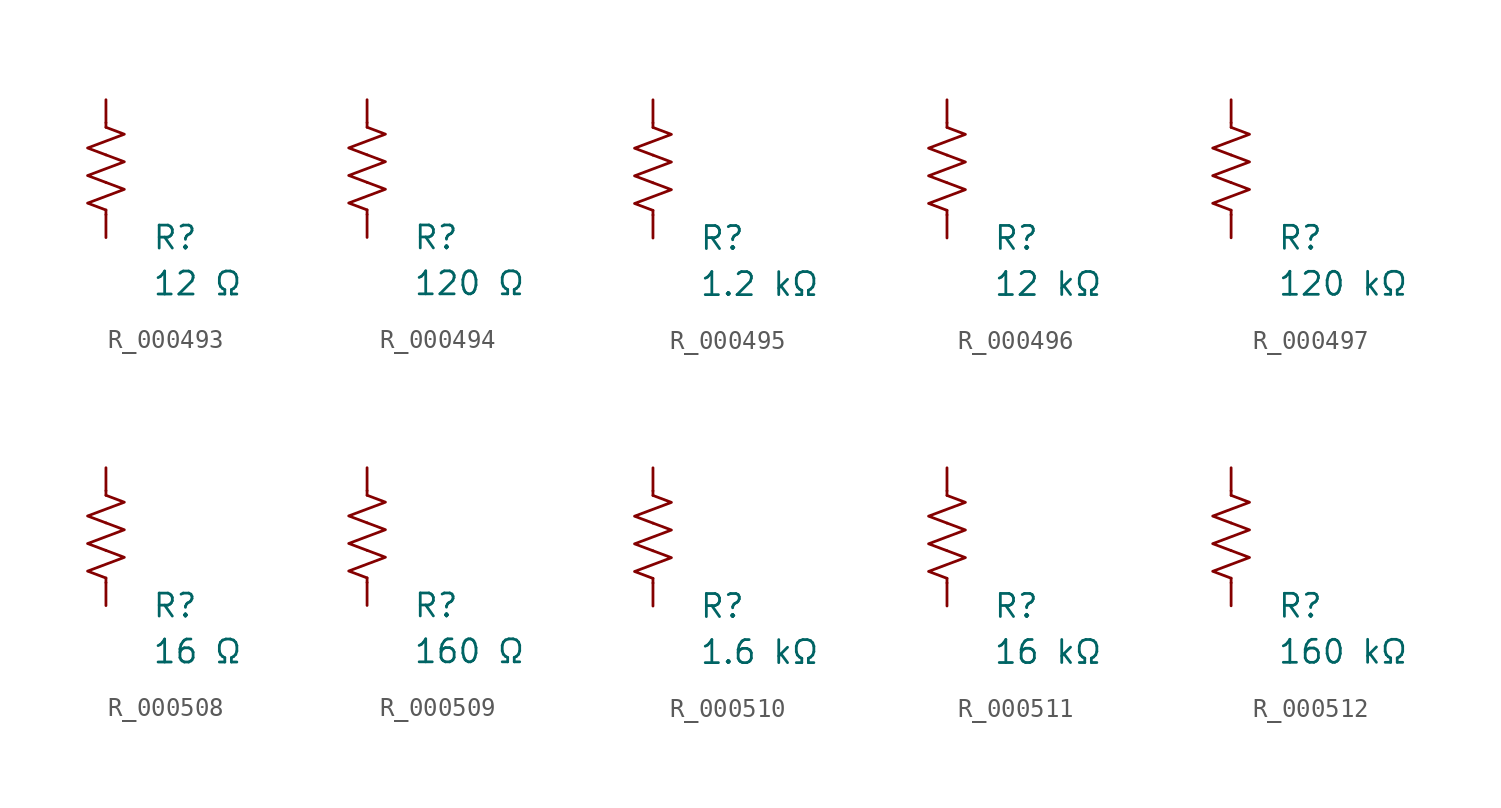
<source format=kicad_sym>
(kicad_symbol_lib
  (version 20231120)
  (generator "kicad_symbol_editor")
  (generator_version "8.0")
  (symbol "R_000493"
    (pin_numbers hide)
    (pin_names
      (offset 0))
    (property "Reference" "R"
      (at 2.54 -3.81 0)
      (effects (font (size 1.27 1.27)) (justify left))
      (show_name no))
    (property "Value" "12 Ω"
      (at 2.54 -6.35 0)
      (effects (font (size 1.27 1.27)) (justify left))
      (show_name no))
    (symbol "R_000493_0_1"
      (polyline (pts (xy 0 -2.286) (xy 0 -2.54)) (stroke (width 0) (type default)) (fill (type none)))
      (polyline (pts (xy 0 2.286) (xy 0 2.54)) (stroke (width 0) (type default)) (fill (type none)))
      (polyline (pts (xy 0 -0.762) (xy 1.016 -1.143) (xy 0 -1.524) (xy -1.016 -1.905) (xy 0 -2.286)) (stroke (width 0) (type default)) (fill (type none)))
      (polyline (pts (xy 0 0.762) (xy 1.016 0.381) (xy 0 0) (xy -1.016 -0.381) (xy 0 -0.762)) (stroke (width 0) (type default)) (fill (type none)))
      (polyline (pts (xy 0 2.286) (xy 1.016 1.905) (xy 0 1.524) (xy -1.016 1.143) (xy 0 0.762)) (stroke (width 0) (type default)) (fill (type none))))
    (symbol "R_000493_1_1"
      (pin passive line (at 0 3.81 270) (length 1.27) (name "~" (effects (font (size 1.27 1.27)))) (number "1" (effects (font (size 1.27 1.27)))))
      (pin passive line (at 0 -3.81 90) (length 1.27) (name "~" (effects (font (size 1.27 1.27)))) (number "2" (effects (font (size 1.27 1.27)))))))
  (symbol "R_000494"
    (pin_numbers hide)
    (pin_names
      (offset 0))
    (property "Reference" "R"
      (at 2.54 -3.81 0)
      (effects (font (size 1.27 1.27)) (justify left))
      (show_name no))
    (property "Value" "120 Ω"
      (at 2.54 -6.35 0)
      (effects (font (size 1.27 1.27)) (justify left))
      (show_name no))
    (symbol "R_000494_0_1"
      (polyline (pts (xy 0 -2.286) (xy 0 -2.54)) (stroke (width 0) (type default)) (fill (type none)))
      (polyline (pts (xy 0 2.286) (xy 0 2.54)) (stroke (width 0) (type default)) (fill (type none)))
      (polyline (pts (xy 0 -0.762) (xy 1.016 -1.143) (xy 0 -1.524) (xy -1.016 -1.905) (xy 0 -2.286)) (stroke (width 0) (type default)) (fill (type none)))
      (polyline (pts (xy 0 0.762) (xy 1.016 0.381) (xy 0 0) (xy -1.016 -0.381) (xy 0 -0.762)) (stroke (width 0) (type default)) (fill (type none)))
      (polyline (pts (xy 0 2.286) (xy 1.016 1.905) (xy 0 1.524) (xy -1.016 1.143) (xy 0 0.762)) (stroke (width 0) (type default)) (fill (type none))))
    (symbol "R_000494_1_1"
      (pin passive line (at 0 3.81 270) (length 1.27) (name "~" (effects (font (size 1.27 1.27)))) (number "1" (effects (font (size 1.27 1.27)))))
      (pin passive line (at 0 -3.81 90) (length 1.27) (name "~" (effects (font (size 1.27 1.27)))) (number "2" (effects (font (size 1.27 1.27)))))))
  (symbol "R_000495"
    (pin_numbers hide)
    (pin_names
      (offset 0))
    (property "Reference" "R"
      (at 2.54 -3.81 0)
      (effects (font (size 1.27 1.27)) (justify left))
      (show_name no))
    (property "Value" "1.2 kΩ"
      (at 2.54 -6.35 0)
      (effects (font (size 1.27 1.27)) (justify left))
      (show_name no))
    (symbol "R_000495_0_1"
      (polyline (pts (xy 0 -2.286) (xy 0 -2.54)) (stroke (width 0) (type default)) (fill (type none)))
      (polyline (pts (xy 0 2.286) (xy 0 2.54)) (stroke (width 0) (type default)) (fill (type none)))
      (polyline (pts (xy 0 -0.762) (xy 1.016 -1.143) (xy 0 -1.524) (xy -1.016 -1.905) (xy 0 -2.286)) (stroke (width 0) (type default)) (fill (type none)))
      (polyline (pts (xy 0 0.762) (xy 1.016 0.381) (xy 0 0) (xy -1.016 -0.381) (xy 0 -0.762)) (stroke (width 0) (type default)) (fill (type none)))
      (polyline (pts (xy 0 2.286) (xy 1.016 1.905) (xy 0 1.524) (xy -1.016 1.143) (xy 0 0.762)) (stroke (width 0) (type default)) (fill (type none))))
    (symbol "R_000495_1_1"
      (pin passive line (at 0 3.81 270) (length 1.27) (name "~" (effects (font (size 1.27 1.27)))) (number "1" (effects (font (size 1.27 1.27)))))
      (pin passive line (at 0 -3.81 90) (length 1.27) (name "~" (effects (font (size 1.27 1.27)))) (number "2" (effects (font (size 1.27 1.27)))))))
  (symbol "R_000496"
    (pin_numbers hide)
    (pin_names
      (offset 0))
    (property "Reference" "R"
      (at 2.54 -3.81 0)
      (effects (font (size 1.27 1.27)) (justify left))
      (show_name no))
    (property "Value" "12 kΩ"
      (at 2.54 -6.35 0)
      (effects (font (size 1.27 1.27)) (justify left))
      (show_name no))
    (symbol "R_000496_0_1"
      (polyline (pts (xy 0 -2.286) (xy 0 -2.54)) (stroke (width 0) (type default)) (fill (type none)))
      (polyline (pts (xy 0 2.286) (xy 0 2.54)) (stroke (width 0) (type default)) (fill (type none)))
      (polyline (pts (xy 0 -0.762) (xy 1.016 -1.143) (xy 0 -1.524) (xy -1.016 -1.905) (xy 0 -2.286)) (stroke (width 0) (type default)) (fill (type none)))
      (polyline (pts (xy 0 0.762) (xy 1.016 0.381) (xy 0 0) (xy -1.016 -0.381) (xy 0 -0.762)) (stroke (width 0) (type default)) (fill (type none)))
      (polyline (pts (xy 0 2.286) (xy 1.016 1.905) (xy 0 1.524) (xy -1.016 1.143) (xy 0 0.762)) (stroke (width 0) (type default)) (fill (type none))))
    (symbol "R_000496_1_1"
      (pin passive line (at 0 3.81 270) (length 1.27) (name "~" (effects (font (size 1.27 1.27)))) (number "1" (effects (font (size 1.27 1.27)))))
      (pin passive line (at 0 -3.81 90) (length 1.27) (name "~" (effects (font (size 1.27 1.27)))) (number "2" (effects (font (size 1.27 1.27)))))))
  (symbol "R_000497"
    (pin_numbers hide)
    (pin_names
      (offset 0))
    (property "Reference" "R"
      (at 2.54 -3.81 0)
      (effects (font (size 1.27 1.27)) (justify left))
      (show_name no))
    (property "Value" "120 kΩ"
      (at 2.54 -6.35 0)
      (effects (font (size 1.27 1.27)) (justify left))
      (show_name no))
    (symbol "R_000497_0_1"
      (polyline (pts (xy 0 -2.286) (xy 0 -2.54)) (stroke (width 0) (type default)) (fill (type none)))
      (polyline (pts (xy 0 2.286) (xy 0 2.54)) (stroke (width 0) (type default)) (fill (type none)))
      (polyline (pts (xy 0 -0.762) (xy 1.016 -1.143) (xy 0 -1.524) (xy -1.016 -1.905) (xy 0 -2.286)) (stroke (width 0) (type default)) (fill (type none)))
      (polyline (pts (xy 0 0.762) (xy 1.016 0.381) (xy 0 0) (xy -1.016 -0.381) (xy 0 -0.762)) (stroke (width 0) (type default)) (fill (type none)))
      (polyline (pts (xy 0 2.286) (xy 1.016 1.905) (xy 0 1.524) (xy -1.016 1.143) (xy 0 0.762)) (stroke (width 0) (type default)) (fill (type none))))
    (symbol "R_000497_1_1"
      (pin passive line (at 0 3.81 270) (length 1.27) (name "~" (effects (font (size 1.27 1.27)))) (number "1" (effects (font (size 1.27 1.27)))))
      (pin passive line (at 0 -3.81 90) (length 1.27) (name "~" (effects (font (size 1.27 1.27)))) (number "2" (effects (font (size 1.27 1.27)))))))
  (symbol "R_000508"
    (pin_numbers hide)
    (pin_names
      (offset 0))
    (property "Reference" "R"
      (at 2.54 -3.81 0)
      (effects (font (size 1.27 1.27)) (justify left))
      (show_name no))
    (property "Value" "16 Ω"
      (at 2.54 -6.35 0)
      (effects (font (size 1.27 1.27)) (justify left))
      (show_name no))
    (symbol "R_000508_0_1"
      (polyline (pts (xy 0 -2.286) (xy 0 -2.54)) (stroke (width 0) (type default)) (fill (type none)))
      (polyline (pts (xy 0 2.286) (xy 0 2.54)) (stroke (width 0) (type default)) (fill (type none)))
      (polyline (pts (xy 0 -0.762) (xy 1.016 -1.143) (xy 0 -1.524) (xy -1.016 -1.905) (xy 0 -2.286)) (stroke (width 0) (type default)) (fill (type none)))
      (polyline (pts (xy 0 0.762) (xy 1.016 0.381) (xy 0 0) (xy -1.016 -0.381) (xy 0 -0.762)) (stroke (width 0) (type default)) (fill (type none)))
      (polyline (pts (xy 0 2.286) (xy 1.016 1.905) (xy 0 1.524) (xy -1.016 1.143) (xy 0 0.762)) (stroke (width 0) (type default)) (fill (type none))))
    (symbol "R_000508_1_1"
      (pin passive line (at 0 3.81 270) (length 1.27) (name "~" (effects (font (size 1.27 1.27)))) (number "1" (effects (font (size 1.27 1.27)))))
      (pin passive line (at 0 -3.81 90) (length 1.27) (name "~" (effects (font (size 1.27 1.27)))) (number "2" (effects (font (size 1.27 1.27)))))))
  (symbol "R_000509"
    (pin_numbers hide)
    (pin_names
      (offset 0))
    (property "Reference" "R"
      (at 2.54 -3.81 0)
      (effects (font (size 1.27 1.27)) (justify left))
      (show_name no))
    (property "Value" "160 Ω"
      (at 2.54 -6.35 0)
      (effects (font (size 1.27 1.27)) (justify left))
      (show_name no))
    (symbol "R_000509_0_1"
      (polyline (pts (xy 0 -2.286) (xy 0 -2.54)) (stroke (width 0) (type default)) (fill (type none)))
      (polyline (pts (xy 0 2.286) (xy 0 2.54)) (stroke (width 0) (type default)) (fill (type none)))
      (polyline (pts (xy 0 -0.762) (xy 1.016 -1.143) (xy 0 -1.524) (xy -1.016 -1.905) (xy 0 -2.286)) (stroke (width 0) (type default)) (fill (type none)))
      (polyline (pts (xy 0 0.762) (xy 1.016 0.381) (xy 0 0) (xy -1.016 -0.381) (xy 0 -0.762)) (stroke (width 0) (type default)) (fill (type none)))
      (polyline (pts (xy 0 2.286) (xy 1.016 1.905) (xy 0 1.524) (xy -1.016 1.143) (xy 0 0.762)) (stroke (width 0) (type default)) (fill (type none))))
    (symbol "R_000509_1_1"
      (pin passive line (at 0 3.81 270) (length 1.27) (name "~" (effects (font (size 1.27 1.27)))) (number "1" (effects (font (size 1.27 1.27)))))
      (pin passive line (at 0 -3.81 90) (length 1.27) (name "~" (effects (font (size 1.27 1.27)))) (number "2" (effects (font (size 1.27 1.27)))))))
  (symbol "R_000510"
    (pin_numbers hide)
    (pin_names
      (offset 0))
    (property "Reference" "R"
      (at 2.54 -3.81 0)
      (effects (font (size 1.27 1.27)) (justify left))
      (show_name no))
    (property "Value" "1.6 kΩ"
      (at 2.54 -6.35 0)
      (effects (font (size 1.27 1.27)) (justify left))
      (show_name no))
    (symbol "R_000510_0_1"
      (polyline (pts (xy 0 -2.286) (xy 0 -2.54)) (stroke (width 0) (type default)) (fill (type none)))
      (polyline (pts (xy 0 2.286) (xy 0 2.54)) (stroke (width 0) (type default)) (fill (type none)))
      (polyline (pts (xy 0 -0.762) (xy 1.016 -1.143) (xy 0 -1.524) (xy -1.016 -1.905) (xy 0 -2.286)) (stroke (width 0) (type default)) (fill (type none)))
      (polyline (pts (xy 0 0.762) (xy 1.016 0.381) (xy 0 0) (xy -1.016 -0.381) (xy 0 -0.762)) (stroke (width 0) (type default)) (fill (type none)))
      (polyline (pts (xy 0 2.286) (xy 1.016 1.905) (xy 0 1.524) (xy -1.016 1.143) (xy 0 0.762)) (stroke (width 0) (type default)) (fill (type none))))
    (symbol "R_000510_1_1"
      (pin passive line (at 0 3.81 270) (length 1.27) (name "~" (effects (font (size 1.27 1.27)))) (number "1" (effects (font (size 1.27 1.27)))))
      (pin passive line (at 0 -3.81 90) (length 1.27) (name "~" (effects (font (size 1.27 1.27)))) (number "2" (effects (font (size 1.27 1.27)))))))
  (symbol "R_000511"
    (pin_numbers hide)
    (pin_names
      (offset 0))
    (property "Reference" "R"
      (at 2.54 -3.81 0)
      (effects (font (size 1.27 1.27)) (justify left))
      (show_name no))
    (property "Value" "16 kΩ"
      (at 2.54 -6.35 0)
      (effects (font (size 1.27 1.27)) (justify left))
      (show_name no))
    (symbol "R_000511_0_1"
      (polyline (pts (xy 0 -2.286) (xy 0 -2.54)) (stroke (width 0) (type default)) (fill (type none)))
      (polyline (pts (xy 0 2.286) (xy 0 2.54)) (stroke (width 0) (type default)) (fill (type none)))
      (polyline (pts (xy 0 -0.762) (xy 1.016 -1.143) (xy 0 -1.524) (xy -1.016 -1.905) (xy 0 -2.286)) (stroke (width 0) (type default)) (fill (type none)))
      (polyline (pts (xy 0 0.762) (xy 1.016 0.381) (xy 0 0) (xy -1.016 -0.381) (xy 0 -0.762)) (stroke (width 0) (type default)) (fill (type none)))
      (polyline (pts (xy 0 2.286) (xy 1.016 1.905) (xy 0 1.524) (xy -1.016 1.143) (xy 0 0.762)) (stroke (width 0) (type default)) (fill (type none))))
    (symbol "R_000511_1_1"
      (pin passive line (at 0 3.81 270) (length 1.27) (name "~" (effects (font (size 1.27 1.27)))) (number "1" (effects (font (size 1.27 1.27)))))
      (pin passive line (at 0 -3.81 90) (length 1.27) (name "~" (effects (font (size 1.27 1.27)))) (number "2" (effects (font (size 1.27 1.27)))))))
  (symbol "R_000512"
    (pin_numbers hide)
    (pin_names
      (offset 0))
    (property "Reference" "R"
      (at 2.54 -3.81 0)
      (effects (font (size 1.27 1.27)) (justify left))
      (show_name no))
    (property "Value" "160 kΩ"
      (at 2.54 -6.35 0)
      (effects (font (size 1.27 1.27)) (justify left))
      (show_name no))
    (symbol "R_000512_0_1"
      (polyline (pts (xy 0 -2.286) (xy 0 -2.54)) (stroke (width 0) (type default)) (fill (type none)))
      (polyline (pts (xy 0 2.286) (xy 0 2.54)) (stroke (width 0) (type default)) (fill (type none)))
      (polyline (pts (xy 0 -0.762) (xy 1.016 -1.143) (xy 0 -1.524) (xy -1.016 -1.905) (xy 0 -2.286)) (stroke (width 0) (type default)) (fill (type none)))
      (polyline (pts (xy 0 0.762) (xy 1.016 0.381) (xy 0 0) (xy -1.016 -0.381) (xy 0 -0.762)) (stroke (width 0) (type default)) (fill (type none)))
      (polyline (pts (xy 0 2.286) (xy 1.016 1.905) (xy 0 1.524) (xy -1.016 1.143) (xy 0 0.762)) (stroke (width 0) (type default)) (fill (type none))))
    (symbol "R_000512_1_1"
      (pin passive line (at 0 3.81 270) (length 1.27) (name "~" (effects (font (size 1.27 1.27)))) (number "1" (effects (font (size 1.27 1.27)))))
      (pin passive line (at 0 -3.81 90) (length 1.27) (name "~" (effects (font (size 1.27 1.27)))) (number "2" (effects (font (size 1.27 1.27))))))))
</source>
